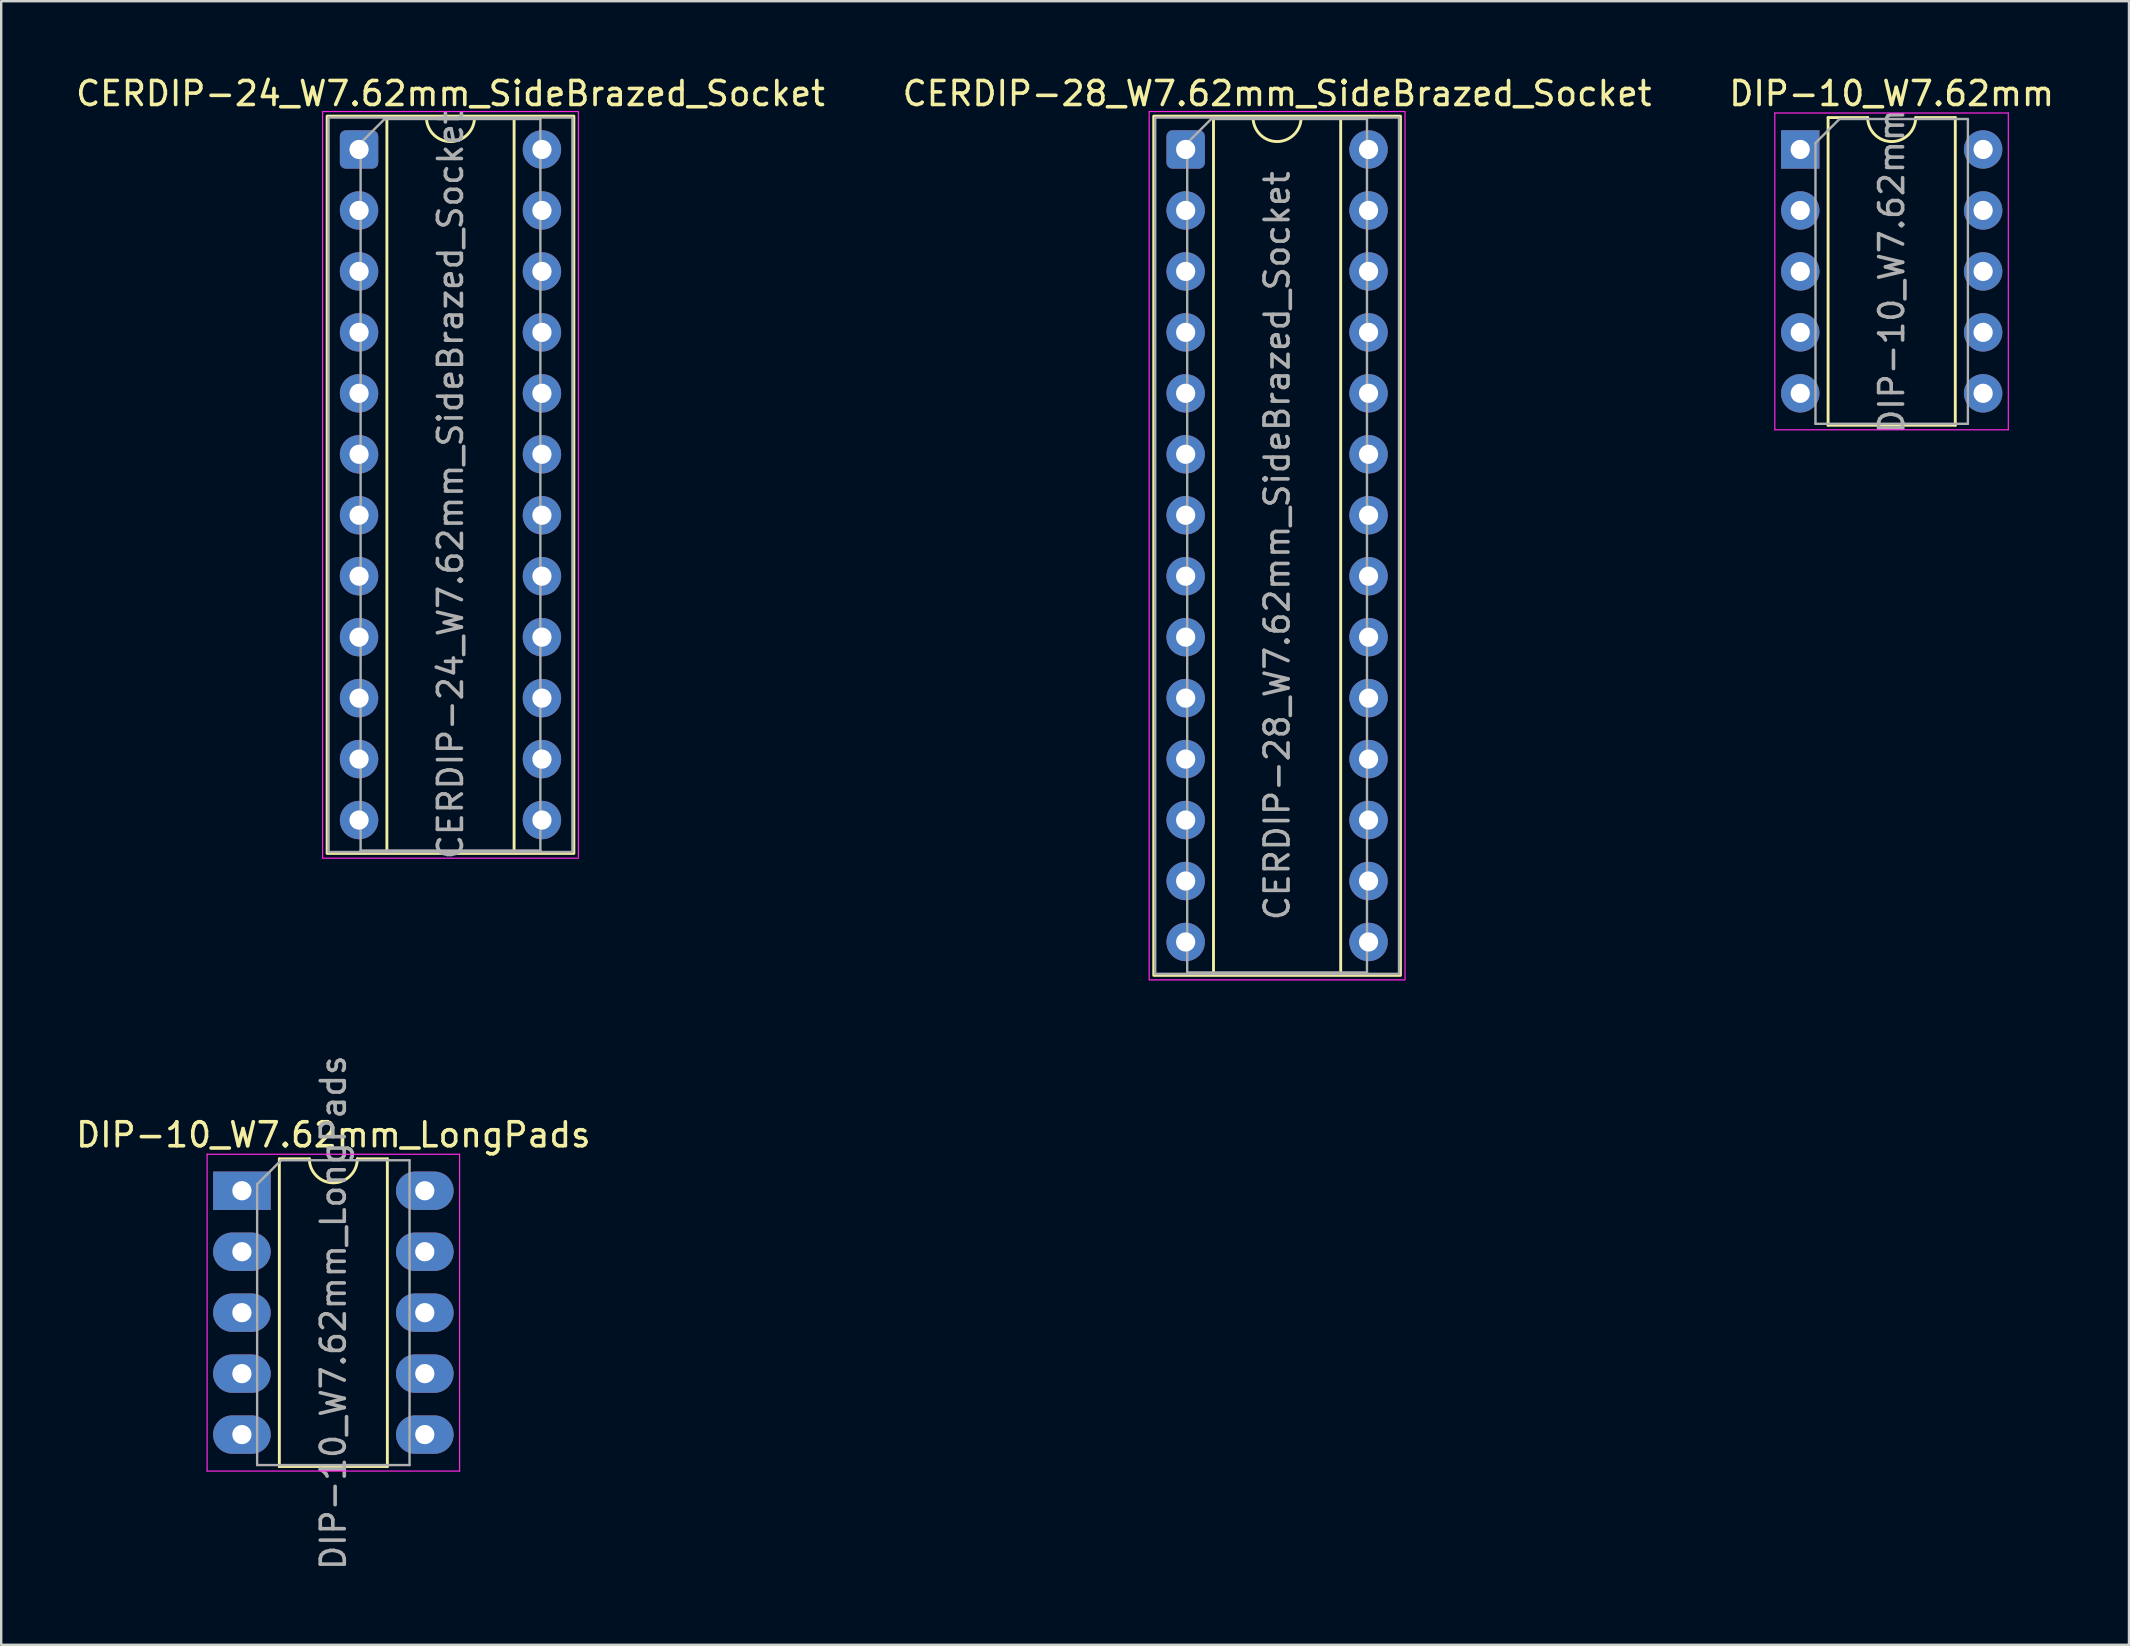
<source format=kicad_pcb>
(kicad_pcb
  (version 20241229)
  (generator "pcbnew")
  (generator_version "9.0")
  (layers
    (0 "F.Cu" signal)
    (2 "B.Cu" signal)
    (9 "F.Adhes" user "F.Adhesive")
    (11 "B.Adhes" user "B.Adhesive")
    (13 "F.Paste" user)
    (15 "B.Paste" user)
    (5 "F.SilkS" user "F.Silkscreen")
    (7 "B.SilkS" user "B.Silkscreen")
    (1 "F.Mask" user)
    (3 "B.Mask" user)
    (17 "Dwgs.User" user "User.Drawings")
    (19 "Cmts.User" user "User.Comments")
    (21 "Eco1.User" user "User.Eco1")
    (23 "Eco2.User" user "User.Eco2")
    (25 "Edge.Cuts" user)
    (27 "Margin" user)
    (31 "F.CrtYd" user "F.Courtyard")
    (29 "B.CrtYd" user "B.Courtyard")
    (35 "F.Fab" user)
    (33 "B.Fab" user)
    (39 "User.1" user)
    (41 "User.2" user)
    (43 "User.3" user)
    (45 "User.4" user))
  (footprint "DIP-10_W7.62mm_LongPads"
    (layer "F.Cu")
    (at 7.029 46.563)
    (property "Reference" "DIP-10_W7.62mm_LongPads" (at 3.81 -2.33 0) (layer "F.SilkS") (effects (font (size 1 1) (thickness 0.15))))
    (attr through_hole)
    (fp_line (start 1.56 -1.33) (end 1.56 11.49) (stroke (width 0.12) (type solid)) (layer "F.SilkS"))
    (fp_line (start 1.56 11.49) (end 6.06 11.49) (stroke (width 0.12) (type solid)) (layer "F.SilkS"))
    (fp_line (start 2.81 -1.33) (end 1.56 -1.33) (stroke (width 0.12) (type solid)) (layer "F.SilkS"))
    (fp_line (start 6.06 -1.33) (end 4.81 -1.33) (stroke (width 0.12) (type solid)) (layer "F.SilkS"))
    (fp_line (start 6.06 11.49) (end 6.06 -1.33) (stroke (width 0.12) (type solid)) (layer "F.SilkS"))
    (fp_arc (start 4.81 -1.33) (mid 3.81 -0.33) (end 2.81 -1.33) (stroke (width 0.12) (type solid)) (layer "F.SilkS"))
    (fp_line (start -1.45 -1.52) (end -1.45 11.68) (stroke (width 0.05) (type solid)) (layer "F.CrtYd"))
    (fp_line (start -1.45 11.68) (end 9.07 11.68) (stroke (width 0.05) (type solid)) (layer "F.CrtYd"))
    (fp_line (start 9.07 -1.52) (end -1.45 -1.52) (stroke (width 0.05) (type solid)) (layer "F.CrtYd"))
    (fp_line (start 9.07 11.68) (end 9.07 -1.52) (stroke (width 0.05) (type solid)) (layer "F.CrtYd"))
    (fp_line (start 0.635 -0.27) (end 1.635 -1.27) (stroke (width 0.1) (type solid)) (layer "F.Fab"))
    (fp_line (start 0.635 11.43) (end 0.635 -0.27) (stroke (width 0.1) (type solid)) (layer "F.Fab"))
    (fp_line (start 1.635 -1.27) (end 6.985 -1.27) (stroke (width 0.1) (type solid)) (layer "F.Fab"))
    (fp_line (start 6.985 -1.27) (end 6.985 11.43) (stroke (width 0.1) (type solid)) (layer "F.Fab"))
    (fp_line (start 6.985 11.43) (end 0.635 11.43) (stroke (width 0.1) (type solid)) (layer "F.Fab"))
    (fp_text user "${REFERENCE}" (at 3.81 5.08 90) (layer "F.Fab") (effects (font (size 1 1) (thickness 0.15))))
    (pad "1" thru_hole rect (at 0 0) (size 2.4 1.6) (drill 0.8) (layers "*.Cu" "*.Mask"))
    (pad "2" thru_hole oval (at 0 2.54) (size 2.4 1.6) (drill 0.8) (layers "*.Cu" "*.Mask"))
    (pad "3" thru_hole oval (at 0 5.08) (size 2.4 1.6) (drill 0.8) (layers "*.Cu" "*.Mask"))
    (pad "4" thru_hole oval (at 0 7.62) (size 2.4 1.6) (drill 0.8) (layers "*.Cu" "*.Mask"))
    (pad "5" thru_hole oval (at 0 10.16) (size 2.4 1.6) (drill 0.8) (layers "*.Cu" "*.Mask"))
    (pad "6" thru_hole oval (at 7.62 10.16) (size 2.4 1.6) (drill 0.8) (layers "*.Cu" "*.Mask"))
    (pad "7" thru_hole oval (at 7.62 7.62) (size 2.4 1.6) (drill 0.8) (layers "*.Cu" "*.Mask"))
    (pad "8" thru_hole oval (at 7.62 5.08) (size 2.4 1.6) (drill 0.8) (layers "*.Cu" "*.Mask"))
    (pad "9" thru_hole oval (at 7.62 2.54) (size 2.4 1.6) (drill 0.8) (layers "*.Cu" "*.Mask"))
    (pad "10" thru_hole oval (at 7.62 0) (size 2.4 1.6) (drill 0.8) (layers "*.Cu" "*.Mask")))
  (footprint "CERDIP-24_W7.62mm_SideBrazed_Socket"
    (layer "F.Cu")
    (at 11.91 3.178)
    (property "Reference" "CERDIP-24_W7.62mm_SideBrazed_Socket" (at 3.81 -2.33 0) (layer "F.SilkS") (effects (font (size 1 1) (thickness 0.15))))
    (attr through_hole)
    (fp_line (start 1.16 -1.33) (end 1.16 29.27) (stroke (width 0.12) (type solid)) (layer "F.SilkS"))
    (fp_line (start 1.16 29.27) (end 6.46 29.27) (stroke (width 0.12) (type solid)) (layer "F.SilkS"))
    (fp_line (start 2.81 -1.33) (end 1.16 -1.33) (stroke (width 0.12) (type solid)) (layer "F.SilkS"))
    (fp_line (start 6.46 -1.33) (end 4.81 -1.33) (stroke (width 0.12) (type solid)) (layer "F.SilkS"))
    (fp_line (start 6.46 29.27) (end 6.46 -1.33) (stroke (width 0.12) (type solid)) (layer "F.SilkS"))
    (fp_rect (start -1.33 -1.39) (end 8.95 29.33) (stroke (width 0.12) (type solid)) (fill no) (layer "F.SilkS"))
    (fp_arc (start 4.81 -1.33) (mid 3.81 -0.33) (end 2.81 -1.33) (stroke (width 0.12) (type solid)) (layer "F.SilkS"))
    (fp_rect (start -1.52 -1.58) (end 9.14 29.53) (stroke (width 0.05) (type solid)) (fill no) (layer "F.CrtYd"))
    (fp_line (start 0.065 -0.27) (end 1.065 -1.27) (stroke (width 0.1) (type solid)) (layer "F.Fab"))
    (fp_line (start 0.065 29.21) (end 0.065 -0.27) (stroke (width 0.1) (type solid)) (layer "F.Fab"))
    (fp_line (start 1.065 -1.27) (end 7.555 -1.27) (stroke (width 0.1) (type solid)) (layer "F.Fab"))
    (fp_line (start 7.555 -1.27) (end 7.555 29.21) (stroke (width 0.1) (type solid)) (layer "F.Fab"))
    (fp_line (start 7.555 29.21) (end 0.065 29.21) (stroke (width 0.1) (type solid)) (layer "F.Fab"))
    (fp_rect (start -1.27 -1.33) (end 8.89 29.27) (stroke (width 0.1) (type solid)) (fill no) (layer "F.Fab"))
    (fp_text user "${REFERENCE}" (at 3.81 13.97 90) (layer "F.Fab") (effects (font (size 1 1) (thickness 0.15))))
    (pad "1" thru_hole roundrect (at 0 0) (size 1.6 1.6) (drill 0.8) (layers "*.Cu" "*.Mask") (roundrect_rratio 0.156))
    (pad "2" thru_hole circle (at 0 2.54) (size 1.6 1.6) (drill 0.8) (layers "*.Cu" "*.Mask"))
    (pad "3" thru_hole circle (at 0 5.08) (size 1.6 1.6) (drill 0.8) (layers "*.Cu" "*.Mask"))
    (pad "4" thru_hole circle (at 0 7.62) (size 1.6 1.6) (drill 0.8) (layers "*.Cu" "*.Mask"))
    (pad "5" thru_hole circle (at 0 10.16) (size 1.6 1.6) (drill 0.8) (layers "*.Cu" "*.Mask"))
    (pad "6" thru_hole circle (at 0 12.7) (size 1.6 1.6) (drill 0.8) (layers "*.Cu" "*.Mask"))
    (pad "7" thru_hole circle (at 0 15.24) (size 1.6 1.6) (drill 0.8) (layers "*.Cu" "*.Mask"))
    (pad "8" thru_hole circle (at 0 17.78) (size 1.6 1.6) (drill 0.8) (layers "*.Cu" "*.Mask"))
    (pad "9" thru_hole circle (at 0 20.32) (size 1.6 1.6) (drill 0.8) (layers "*.Cu" "*.Mask"))
    (pad "10" thru_hole circle (at 0 22.86) (size 1.6 1.6) (drill 0.8) (layers "*.Cu" "*.Mask"))
    (pad "11" thru_hole circle (at 0 25.4) (size 1.6 1.6) (drill 0.8) (layers "*.Cu" "*.Mask"))
    (pad "12" thru_hole circle (at 0 27.94) (size 1.6 1.6) (drill 0.8) (layers "*.Cu" "*.Mask"))
    (pad "13" thru_hole circle (at 7.62 27.94) (size 1.6 1.6) (drill 0.8) (layers "*.Cu" "*.Mask"))
    (pad "14" thru_hole circle (at 7.62 25.4) (size 1.6 1.6) (drill 0.8) (layers "*.Cu" "*.Mask"))
    (pad "15" thru_hole circle (at 7.62 22.86) (size 1.6 1.6) (drill 0.8) (layers "*.Cu" "*.Mask"))
    (pad "16" thru_hole circle (at 7.62 20.32) (size 1.6 1.6) (drill 0.8) (layers "*.Cu" "*.Mask"))
    (pad "17" thru_hole circle (at 7.62 17.78) (size 1.6 1.6) (drill 0.8) (layers "*.Cu" "*.Mask"))
    (pad "18" thru_hole circle (at 7.62 15.24) (size 1.6 1.6) (drill 0.8) (layers "*.Cu" "*.Mask"))
    (pad "19" thru_hole circle (at 7.62 12.7) (size 1.6 1.6) (drill 0.8) (layers "*.Cu" "*.Mask"))
    (pad "20" thru_hole circle (at 7.62 10.16) (size 1.6 1.6) (drill 0.8) (layers "*.Cu" "*.Mask"))
    (pad "21" thru_hole circle (at 7.62 7.62) (size 1.6 1.6) (drill 0.8) (layers "*.Cu" "*.Mask"))
    (pad "22" thru_hole circle (at 7.62 5.08) (size 1.6 1.6) (drill 0.8) (layers "*.Cu" "*.Mask"))
    (pad "23" thru_hole circle (at 7.62 2.54) (size 1.6 1.6) (drill 0.8) (layers "*.Cu" "*.Mask"))
    (pad "24" thru_hole circle (at 7.62 0) (size 1.6 1.6) (drill 0.8) (layers "*.Cu" "*.Mask")))
  (footprint "CERDIP-28_W7.62mm_SideBrazed_Socket"
    (layer "F.Cu")
    (at 46.351 3.178)
    (property "Reference" "CERDIP-28_W7.62mm_SideBrazed_Socket" (at 3.81 -2.33 0) (layer "F.SilkS") (effects (font (size 1 1) (thickness 0.15))))
    (attr through_hole)
    (fp_line (start 1.16 -1.33) (end 1.16 34.35) (stroke (width 0.12) (type solid)) (layer "F.SilkS"))
    (fp_line (start 1.16 34.35) (end 6.46 34.35) (stroke (width 0.12) (type solid)) (layer "F.SilkS"))
    (fp_line (start 2.81 -1.33) (end 1.16 -1.33) (stroke (width 0.12) (type solid)) (layer "F.SilkS"))
    (fp_line (start 6.46 -1.33) (end 4.81 -1.33) (stroke (width 0.12) (type solid)) (layer "F.SilkS"))
    (fp_line (start 6.46 34.35) (end 6.46 -1.33) (stroke (width 0.12) (type solid)) (layer "F.SilkS"))
    (fp_rect (start -1.33 -1.39) (end 8.95 34.41) (stroke (width 0.12) (type solid)) (fill no) (layer "F.SilkS"))
    (fp_arc (start 4.81 -1.33) (mid 3.81 -0.33) (end 2.81 -1.33) (stroke (width 0.12) (type solid)) (layer "F.SilkS"))
    (fp_rect (start -1.52 -1.58) (end 9.14 34.6) (stroke (width 0.05) (type solid)) (fill no) (layer "F.CrtYd"))
    (fp_line (start 0.065 -0.27) (end 1.065 -1.27) (stroke (width 0.1) (type solid)) (layer "F.Fab"))
    (fp_line (start 0.065 34.29) (end 0.065 -0.27) (stroke (width 0.1) (type solid)) (layer "F.Fab"))
    (fp_line (start 1.065 -1.27) (end 7.555 -1.27) (stroke (width 0.1) (type solid)) (layer "F.Fab"))
    (fp_line (start 7.555 -1.27) (end 7.555 34.29) (stroke (width 0.1) (type solid)) (layer "F.Fab"))
    (fp_line (start 7.555 34.29) (end 0.065 34.29) (stroke (width 0.1) (type solid)) (layer "F.Fab"))
    (fp_rect (start -1.27 -1.33) (end 8.89 34.35) (stroke (width 0.1) (type solid)) (fill no) (layer "F.Fab"))
    (fp_text user "${REFERENCE}" (at 3.81 16.51 90) (layer "F.Fab") (effects (font (size 1 1) (thickness 0.15))))
    (pad "1" thru_hole roundrect (at 0 0) (size 1.6 1.6) (drill 0.8) (layers "*.Cu" "*.Mask") (roundrect_rratio 0.156))
    (pad "2" thru_hole circle (at 0 2.54) (size 1.6 1.6) (drill 0.8) (layers "*.Cu" "*.Mask"))
    (pad "3" thru_hole circle (at 0 5.08) (size 1.6 1.6) (drill 0.8) (layers "*.Cu" "*.Mask"))
    (pad "4" thru_hole circle (at 0 7.62) (size 1.6 1.6) (drill 0.8) (layers "*.Cu" "*.Mask"))
    (pad "5" thru_hole circle (at 0 10.16) (size 1.6 1.6) (drill 0.8) (layers "*.Cu" "*.Mask"))
    (pad "6" thru_hole circle (at 0 12.7) (size 1.6 1.6) (drill 0.8) (layers "*.Cu" "*.Mask"))
    (pad "7" thru_hole circle (at 0 15.24) (size 1.6 1.6) (drill 0.8) (layers "*.Cu" "*.Mask"))
    (pad "8" thru_hole circle (at 0 17.78) (size 1.6 1.6) (drill 0.8) (layers "*.Cu" "*.Mask"))
    (pad "9" thru_hole circle (at 0 20.32) (size 1.6 1.6) (drill 0.8) (layers "*.Cu" "*.Mask"))
    (pad "10" thru_hole circle (at 0 22.86) (size 1.6 1.6) (drill 0.8) (layers "*.Cu" "*.Mask"))
    (pad "11" thru_hole circle (at 0 25.4) (size 1.6 1.6) (drill 0.8) (layers "*.Cu" "*.Mask"))
    (pad "12" thru_hole circle (at 0 27.94) (size 1.6 1.6) (drill 0.8) (layers "*.Cu" "*.Mask"))
    (pad "13" thru_hole circle (at 0 30.48) (size 1.6 1.6) (drill 0.8) (layers "*.Cu" "*.Mask"))
    (pad "14" thru_hole circle (at 0 33.02) (size 1.6 1.6) (drill 0.8) (layers "*.Cu" "*.Mask"))
    (pad "15" thru_hole circle (at 7.62 33.02) (size 1.6 1.6) (drill 0.8) (layers "*.Cu" "*.Mask"))
    (pad "16" thru_hole circle (at 7.62 30.48) (size 1.6 1.6) (drill 0.8) (layers "*.Cu" "*.Mask"))
    (pad "17" thru_hole circle (at 7.62 27.94) (size 1.6 1.6) (drill 0.8) (layers "*.Cu" "*.Mask"))
    (pad "18" thru_hole circle (at 7.62 25.4) (size 1.6 1.6) (drill 0.8) (layers "*.Cu" "*.Mask"))
    (pad "19" thru_hole circle (at 7.62 22.86) (size 1.6 1.6) (drill 0.8) (layers "*.Cu" "*.Mask"))
    (pad "20" thru_hole circle (at 7.62 20.32) (size 1.6 1.6) (drill 0.8) (layers "*.Cu" "*.Mask"))
    (pad "21" thru_hole circle (at 7.62 17.78) (size 1.6 1.6) (drill 0.8) (layers "*.Cu" "*.Mask"))
    (pad "22" thru_hole circle (at 7.62 15.24) (size 1.6 1.6) (drill 0.8) (layers "*.Cu" "*.Mask"))
    (pad "23" thru_hole circle (at 7.62 12.7) (size 1.6 1.6) (drill 0.8) (layers "*.Cu" "*.Mask"))
    (pad "24" thru_hole circle (at 7.62 10.16) (size 1.6 1.6) (drill 0.8) (layers "*.Cu" "*.Mask"))
    (pad "25" thru_hole circle (at 7.62 7.62) (size 1.6 1.6) (drill 0.8) (layers "*.Cu" "*.Mask"))
    (pad "26" thru_hole circle (at 7.62 5.08) (size 1.6 1.6) (drill 0.8) (layers "*.Cu" "*.Mask"))
    (pad "27" thru_hole circle (at 7.62 2.54) (size 1.6 1.6) (drill 0.8) (layers "*.Cu" "*.Mask"))
    (pad "28" thru_hole circle (at 7.62 0) (size 1.6 1.6) (drill 0.8) (layers "*.Cu" "*.Mask")))
  (footprint "DIP-10_W7.62mm"
    (layer "F.Cu")
    (at 71.958 3.178)
    (property "Reference" "DIP-10_W7.62mm" (at 3.81 -2.33 0) (layer "F.SilkS") (effects (font (size 1 1) (thickness 0.15))))
    (attr through_hole)
    (fp_line (start 1.16 -1.33) (end 1.16 11.49) (stroke (width 0.12) (type solid)) (layer "F.SilkS"))
    (fp_line (start 1.16 11.49) (end 6.46 11.49) (stroke (width 0.12) (type solid)) (layer "F.SilkS"))
    (fp_line (start 2.81 -1.33) (end 1.16 -1.33) (stroke (width 0.12) (type solid)) (layer "F.SilkS"))
    (fp_line (start 6.46 -1.33) (end 4.81 -1.33) (stroke (width 0.12) (type solid)) (layer "F.SilkS"))
    (fp_line (start 6.46 11.49) (end 6.46 -1.33) (stroke (width 0.12) (type solid)) (layer "F.SilkS"))
    (fp_arc (start 4.81 -1.33) (mid 3.81 -0.33) (end 2.81 -1.33) (stroke (width 0.12) (type solid)) (layer "F.SilkS"))
    (fp_line (start -1.06 -1.52) (end -1.06 11.68) (stroke (width 0.05) (type solid)) (layer "F.CrtYd"))
    (fp_line (start -1.06 11.68) (end 8.67 11.68) (stroke (width 0.05) (type solid)) (layer "F.CrtYd"))
    (fp_line (start 8.67 -1.52) (end -1.06 -1.52) (stroke (width 0.05) (type solid)) (layer "F.CrtYd"))
    (fp_line (start 8.67 11.68) (end 8.67 -1.52) (stroke (width 0.05) (type solid)) (layer "F.CrtYd"))
    (fp_line (start 0.635 -0.27) (end 1.635 -1.27) (stroke (width 0.1) (type solid)) (layer "F.Fab"))
    (fp_line (start 0.635 11.43) (end 0.635 -0.27) (stroke (width 0.1) (type solid)) (layer "F.Fab"))
    (fp_line (start 1.635 -1.27) (end 6.985 -1.27) (stroke (width 0.1) (type solid)) (layer "F.Fab"))
    (fp_line (start 6.985 -1.27) (end 6.985 11.43) (stroke (width 0.1) (type solid)) (layer "F.Fab"))
    (fp_line (start 6.985 11.43) (end 0.635 11.43) (stroke (width 0.1) (type solid)) (layer "F.Fab"))
    (fp_text user "${REFERENCE}" (at 3.81 5.08 90) (layer "F.Fab") (effects (font (size 1 1) (thickness 0.15))))
    (pad "1" thru_hole rect (at 0 0) (size 1.6 1.6) (drill 0.8) (layers "*.Cu" "*.Mask"))
    (pad "2" thru_hole circle (at 0 2.54) (size 1.6 1.6) (drill 0.8) (layers "*.Cu" "*.Mask"))
    (pad "3" thru_hole circle (at 0 5.08) (size 1.6 1.6) (drill 0.8) (layers "*.Cu" "*.Mask"))
    (pad "4" thru_hole circle (at 0 7.62) (size 1.6 1.6) (drill 0.8) (layers "*.Cu" "*.Mask"))
    (pad "5" thru_hole circle (at 0 10.16) (size 1.6 1.6) (drill 0.8) (layers "*.Cu" "*.Mask"))
    (pad "6" thru_hole circle (at 7.62 10.16) (size 1.6 1.6) (drill 0.8) (layers "*.Cu" "*.Mask"))
    (pad "7" thru_hole circle (at 7.62 7.62) (size 1.6 1.6) (drill 0.8) (layers "*.Cu" "*.Mask"))
    (pad "8" thru_hole circle (at 7.62 5.08) (size 1.6 1.6) (drill 0.8) (layers "*.Cu" "*.Mask"))
    (pad "9" thru_hole circle (at 7.62 2.54) (size 1.6 1.6) (drill 0.8) (layers "*.Cu" "*.Mask"))
    (pad "10" thru_hole circle (at 7.62 0) (size 1.6 1.6) (drill 0.8) (layers "*.Cu" "*.Mask")))
  (gr_rect
    (start -3 -3)
    (end 85.655 65.482)
    (stroke (width 0.1) (type default))
    (fill no)
    (layer "Edge.Cuts")))
</source>
